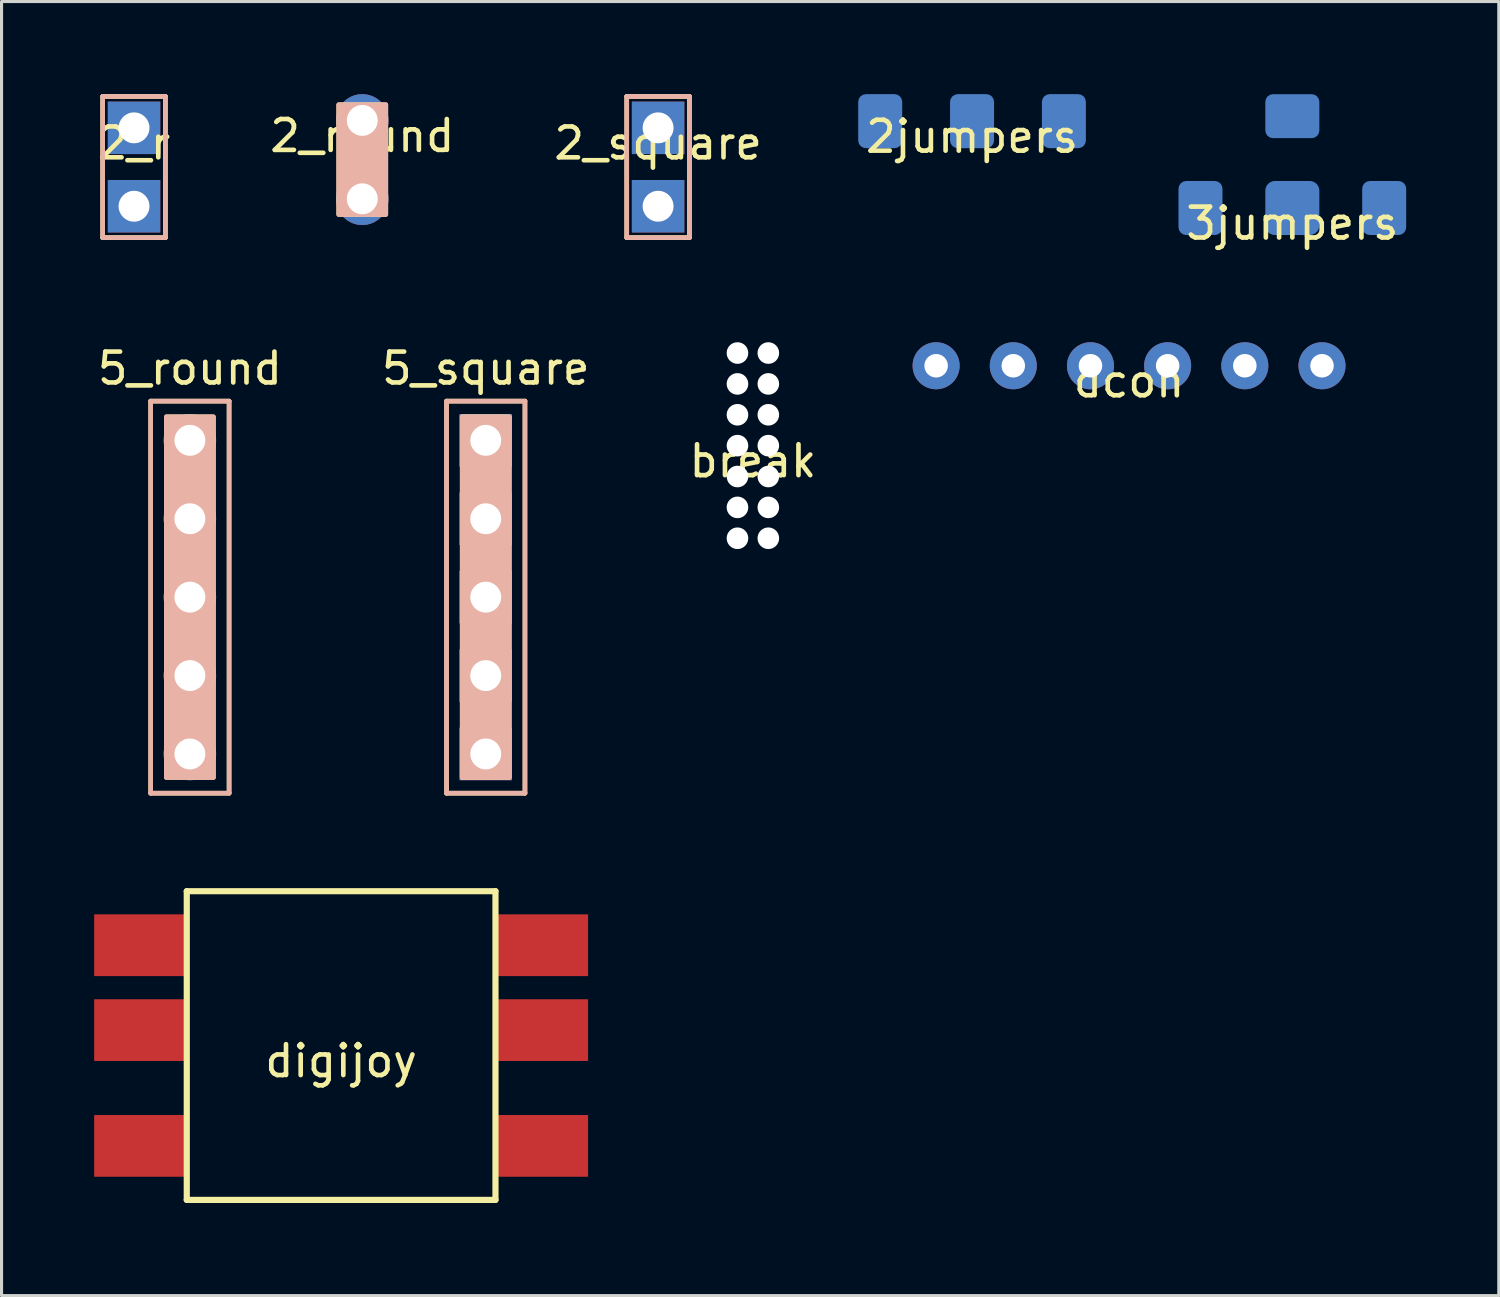
<source format=kicad_pcb>
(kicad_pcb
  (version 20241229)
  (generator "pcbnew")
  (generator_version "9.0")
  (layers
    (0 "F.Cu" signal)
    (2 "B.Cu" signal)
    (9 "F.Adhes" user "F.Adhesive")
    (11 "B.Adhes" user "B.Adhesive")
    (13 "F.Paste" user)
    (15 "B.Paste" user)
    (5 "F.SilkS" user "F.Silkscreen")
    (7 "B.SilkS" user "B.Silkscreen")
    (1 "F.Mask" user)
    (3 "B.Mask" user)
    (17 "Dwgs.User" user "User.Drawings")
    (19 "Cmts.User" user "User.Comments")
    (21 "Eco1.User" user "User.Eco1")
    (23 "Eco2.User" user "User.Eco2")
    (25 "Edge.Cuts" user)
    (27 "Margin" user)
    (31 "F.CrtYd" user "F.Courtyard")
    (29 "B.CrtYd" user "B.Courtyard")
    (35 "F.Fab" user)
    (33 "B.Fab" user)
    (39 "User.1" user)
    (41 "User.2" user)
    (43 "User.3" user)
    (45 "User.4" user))
  (footprint "dcon"
    (layer "F.Cu")
    (at 33.524 8.798)
    (property "Reference" "dcon" (at 0 0.5 0) (layer "F.SilkS") (effects (font (size 1 1) (thickness 0.15))))
    (attr through_hole)
    (pad "1" thru_hole circle (at -6.25 0) (size 1.524 1.524) (drill 0.762) (layers "*.Cu" "*.Mask"))
    (pad "2" thru_hole circle (at -3.75 0) (size 1.524 1.524) (drill 0.762) (layers "*.Cu" "*.Mask"))
    (pad "3" thru_hole circle (at -1.25 0) (size 1.524 1.524) (drill 0.762) (layers "*.Cu" "*.Mask"))
    (pad "4" thru_hole circle (at 1.25 0) (size 1.524 1.524) (drill 0.762) (layers "*.Cu" "*.Mask"))
    (pad "5" thru_hole circle (at 3.75 0) (size 1.524 1.524) (drill 0.762) (layers "*.Cu" "*.Mask"))
    (pad "6" thru_hole circle (at 6.25 0) (size 1.524 1.524) (drill 0.762) (layers "*.Cu" "*.Mask")))
  (footprint "2jumpers"
    (layer "F.Cu")
    (at 28.438 0.875)
    (property "Reference" "2jumpers" (at 0 0.5 0) (layer "F.SilkS") (effects (font (size 1 1) (thickness 0.15))))
    (attr through_hole)
    (pad "1" smd roundrect (at -2.975 0) (size 1.425 1.75) (layers "B.Cu" "B.Mask" "B.Paste") (roundrect_rratio 0.175))
    (pad "2" smd roundrect (at 2.975 0) (size 1.425 1.75) (layers "B.Cu" "B.Mask" "B.Paste") (roundrect_rratio 0.175))
    (pad "3" smd roundrect (at 0 0) (size 1.425 1.75) (layers "B.Cu" "B.Mask" "B.Paste") (roundrect_rratio 0.175)))
  (footprint "2_round"
    (layer "F.Cu")
    (at 8.685 0.85)
    (property "Reference" "2_round" (at 0 0.5 0) (layer "F.SilkS") (effects (font (size 1 1) (thickness 0.15))))
    (attr through_hole)
    (fp_poly (pts (xy -0.762 -0.508) (xy 0.762 -0.508) (xy 0.762 3.048) (xy -0.762 3.048)) (stroke (width 0.15) (type solid)) (fill yes) (layer "F.SilkS"))
    (fp_poly (pts (xy -0.762 -0.508) (xy 0.762 -0.508) (xy 0.762 3.048) (xy -0.762 3.048)) (stroke (width 0.15) (type solid)) (fill yes) (layer "B.SilkS"))
    (pad "1" thru_hole circle (at 0 0) (size 1.7 1.7) (drill 1) (layers "*.Cu" "*.Mask"))
    (pad "2" thru_hole circle (at 0 2.54) (size 1.7 1.7) (drill 1) (layers "*.Cu" "*.Mask")))
  (footprint "5_square"
    (layer "F.Cu")
    (at 12.685 11.214)
    (property "Reference" "5_square" (at 0 -2.33 0) (layer "F.SilkS") (effects (font (size 1 1) (thickness 0.15))))
    (attr through_hole)
    (fp_line (start -1.27 -1.27) (end 1.27 -1.27) (stroke (width 0.15) (type solid)) (layer "F.SilkS"))
    (fp_line (start -1.27 11.43) (end -1.27 -1.27) (stroke (width 0.15) (type solid)) (layer "F.SilkS"))
    (fp_line (start 1.27 -1.27) (end 1.27 11.43) (stroke (width 0.15) (type solid)) (layer "F.SilkS"))
    (fp_line (start 1.27 11.43) (end -1.27 11.43) (stroke (width 0.15) (type solid)) (layer "F.SilkS"))
    (fp_poly (pts (xy -0.762 -0.762) (xy 0.762 -0.762) (xy 0.762 10.922) (xy -0.762 10.922)) (stroke (width 0.15) (type solid)) (fill yes) (layer "F.SilkS"))
    (fp_line (start -1.27 -1.27) (end -1.27 11.43) (stroke (width 0.15) (type solid)) (layer "B.SilkS"))
    (fp_line (start -1.27 11.43) (end 1.27 11.43) (stroke (width 0.15) (type solid)) (layer "B.SilkS"))
    (fp_line (start 1.27 -1.27) (end -1.27 -1.27) (stroke (width 0.15) (type solid)) (layer "B.SilkS"))
    (fp_line (start 1.27 11.43) (end 1.27 -1.27) (stroke (width 0.15) (type solid)) (layer "B.SilkS"))
    (fp_poly (pts (xy -0.762 10.922) (xy 0.762 10.922) (xy 0.762 -0.762) (xy -0.762 -0.762)) (stroke (width 0.15) (type solid)) (fill yes) (layer "B.SilkS"))
    (pad "1" thru_hole rect (at 0 0) (size 1.7 1.7) (drill 1) (layers "*.Cu" "*.Mask"))
    (pad "2" thru_hole rect (at 0 2.54) (size 1.7 1.7) (drill 1) (layers "*.Cu" "*.Mask"))
    (pad "3" thru_hole rect (at 0 5.08) (size 1.7 1.7) (drill 1) (layers "*.Cu" "*.Mask"))
    (pad "4" thru_hole rect (at 0 7.62) (size 1.7 1.7) (drill 1) (layers "*.Cu" "*.Mask"))
    (pad "5" thru_hole rect (at 0 10.16) (size 1.7 1.7) (drill 1) (layers "*.Cu" "*.Mask")))
  (footprint "2_square"
    (layer "F.Cu")
    (at 18.268 1.091)
    (property "Reference" "2_square" (at 0 0.5 0) (layer "F.SilkS") (effects (font (size 1 1) (thickness 0.15))))
    (attr through_hole)
    (fp_line (start -1.016 -1.016) (end 1.016 -1.016) (stroke (width 0.15) (type solid)) (layer "F.SilkS"))
    (fp_line (start -1.016 3.556) (end -1.016 -1.016) (stroke (width 0.15) (type solid)) (layer "F.SilkS"))
    (fp_line (start 1.016 -1.016) (end 1.016 3.556) (stroke (width 0.15) (type solid)) (layer "F.SilkS"))
    (fp_line (start 1.016 3.556) (end -1.016 3.556) (stroke (width 0.15) (type solid)) (layer "F.SilkS"))
    (fp_line (start -1.016 -1.016) (end 1.016 -1.016) (stroke (width 0.15) (type solid)) (layer "B.SilkS"))
    (fp_line (start -1.016 3.556) (end -1.016 -1.016) (stroke (width 0.15) (type solid)) (layer "B.SilkS"))
    (fp_line (start 1.016 -1.016) (end 1.016 3.556) (stroke (width 0.15) (type solid)) (layer "B.SilkS"))
    (fp_line (start 1.016 3.556) (end -1.016 3.556) (stroke (width 0.15) (type solid)) (layer "B.SilkS"))
    (pad "1" thru_hole rect (at 0 0) (size 1.7 1.7) (drill 1) (layers "*.Cu" "*.Mask"))
    (pad "2" thru_hole rect (at 0 2.54) (size 1.7 1.7) (drill 1) (layers "*.Cu" "*.Mask")))
  (footprint "break"
    (layer "F.Cu")
    (at 21.339 11.386)
    (property "Reference" "break" (at 0 0.5 0) (layer "F.SilkS") (effects (font (size 1 1) (thickness 0.15))))
    (attr through_hole)
    (pad "" np_thru_hole circle (at -0.5 -3) (size 0.7 0.7) (drill 0.7) (layers "*.Cu" "*.Mask"))
    (pad "" np_thru_hole circle (at -0.5 -2) (size 0.7 0.7) (drill 0.7) (layers "*.Cu" "*.Mask"))
    (pad "" np_thru_hole circle (at -0.5 -1) (size 0.7 0.7) (drill 0.7) (layers "*.Cu" "*.Mask"))
    (pad "" np_thru_hole circle (at -0.5 0) (size 0.7 0.7) (drill 0.7) (layers "*.Cu" "*.Mask"))
    (pad "" np_thru_hole circle (at -0.5 1) (size 0.7 0.7) (drill 0.7) (layers "*.Cu" "*.Mask"))
    (pad "" np_thru_hole circle (at -0.5 2) (size 0.7 0.7) (drill 0.7) (layers "*.Cu" "*.Mask"))
    (pad "" np_thru_hole circle (at -0.5 3) (size 0.7 0.7) (drill 0.7) (layers "*.Cu" "*.Mask"))
    (pad "" np_thru_hole circle (at 0.5 -3) (size 0.7 0.7) (drill 0.7) (layers "*.Cu" "*.Mask"))
    (pad "" np_thru_hole circle (at 0.5 -2) (size 0.7 0.7) (drill 0.7) (layers "*.Cu" "*.Mask"))
    (pad "" np_thru_hole circle (at 0.5 -1) (size 0.7 0.7) (drill 0.7) (layers "*.Cu" "*.Mask"))
    (pad "" np_thru_hole circle (at 0.5 0) (size 0.7 0.7) (drill 0.7) (layers "*.Cu" "*.Mask"))
    (pad "" np_thru_hole circle (at 0.5 1) (size 0.7 0.7) (drill 0.7) (layers "*.Cu" "*.Mask"))
    (pad "" np_thru_hole circle (at 0.5 2) (size 0.7 0.7) (drill 0.7) (layers "*.Cu" "*.Mask"))
    (pad "" np_thru_hole circle (at 0.5 3) (size 0.7 0.7) (drill 0.7) (layers "*.Cu" "*.Mask")))
  (footprint "5_round"
    (layer "F.Cu")
    (at 3.101 11.214)
    (property "Reference" "5_round" (at 0 -2.33 0) (layer "F.SilkS") (effects (font (size 1 1) (thickness 0.15))))
    (attr through_hole)
    (fp_line (start -1.27 -1.27) (end 1.27 -1.27) (stroke (width 0.15) (type solid)) (layer "F.SilkS"))
    (fp_line (start -1.27 11.43) (end -1.27 -1.27) (stroke (width 0.15) (type solid)) (layer "F.SilkS"))
    (fp_line (start 1.27 -1.27) (end 1.27 11.43) (stroke (width 0.15) (type solid)) (layer "F.SilkS"))
    (fp_line (start 1.27 11.43) (end -1.27 11.43) (stroke (width 0.15) (type solid)) (layer "F.SilkS"))
    (fp_poly (pts (xy -0.762 -0.762) (xy 0.762 -0.762) (xy 0.762 10.922) (xy -0.762 10.922)) (stroke (width 0.15) (type solid)) (fill yes) (layer "F.SilkS"))
    (fp_line (start -1.27 -1.27) (end -1.27 11.43) (stroke (width 0.15) (type solid)) (layer "B.SilkS"))
    (fp_line (start -1.27 11.43) (end 1.27 11.43) (stroke (width 0.15) (type solid)) (layer "B.SilkS"))
    (fp_line (start 1.27 -1.27) (end -1.27 -1.27) (stroke (width 0.15) (type solid)) (layer "B.SilkS"))
    (fp_line (start 1.27 11.43) (end 1.27 -1.27) (stroke (width 0.15) (type solid)) (layer "B.SilkS"))
    (fp_poly (pts (xy -0.762 10.922) (xy 0.762 10.922) (xy 0.762 -0.762) (xy -0.762 -0.762)) (stroke (width 0.15) (type solid)) (fill yes) (layer "B.SilkS"))
    (pad "1" thru_hole circle (at 0 0) (size 1.7 1.7) (drill 1) (layers "*.Cu" "*.Mask"))
    (pad "2" thru_hole oval (at 0 2.54) (size 1.7 1.7) (drill 1) (layers "*.Cu" "*.Mask"))
    (pad "3" thru_hole oval (at 0 5.08) (size 1.7 1.7) (drill 1) (layers "*.Cu" "*.Mask"))
    (pad "4" thru_hole oval (at 0 7.62) (size 1.7 1.7) (drill 1) (layers "*.Cu" "*.Mask"))
    (pad "5" thru_hole oval (at 0 10.16) (size 1.7 1.7) (drill 1) (layers "*.Cu" "*.Mask")))
  (footprint "digijoy"
    (layer "F.Cu")
    (at 8 30.819)
    (property "Reference" "digijoy" (at 0 0.5 0) (layer "F.SilkS") (effects (font (size 1 1) (thickness 0.15))))
    (attr through_hole)
    (fp_line (start -5 -5) (end 5 -5) (stroke (width 0.2) (type solid)) (layer "F.SilkS"))
    (fp_line (start -5 5) (end -5 -5) (stroke (width 0.2) (type solid)) (layer "F.SilkS"))
    (fp_line (start 5 -5) (end 5 5) (stroke (width 0.2) (type solid)) (layer "F.SilkS"))
    (fp_line (start 5 5) (end -5 5) (stroke (width 0.2) (type solid)) (layer "F.SilkS"))
    (pad "1" smd rect (at -6.5 -3.25) (size 3 2) (layers "F.Cu" "F.Mask" "F.Paste"))
    (pad "2" smd rect (at -6.5 -0.5) (size 3 2) (layers "F.Cu" "F.Mask" "F.Paste"))
    (pad "3" smd rect (at -6.5 3.25) (size 3 2) (layers "F.Cu" "F.Mask" "F.Paste"))
    (pad "4" smd rect (at 6.5 3.25) (size 3 2) (layers "F.Cu" "F.Mask" "F.Paste"))
    (pad "5" smd rect (at 6.5 -0.5) (size 3 2) (layers "F.Cu" "F.Mask" "F.Paste"))
    (pad "6" smd rect (at 6.5 -3.25) (size 3 2) (layers "F.Cu" "F.Mask" "F.Paste")))
  (footprint "2_r"
    (layer "F.Cu")
    (at 1.292 1.091)
    (property "Reference" "2_r" (at 0 0.5 0) (layer "F.SilkS") (effects (font (size 1 1) (thickness 0.15))))
    (attr through_hole)
    (fp_line (start -1.016 -1.016) (end 1.016 -1.016) (stroke (width 0.15) (type solid)) (layer "F.SilkS"))
    (fp_line (start -1.016 3.556) (end -1.016 -1.016) (stroke (width 0.15) (type solid)) (layer "F.SilkS"))
    (fp_line (start 1.016 -1.016) (end 1.016 3.556) (stroke (width 0.15) (type solid)) (layer "F.SilkS"))
    (fp_line (start 1.016 3.556) (end -1.016 3.556) (stroke (width 0.15) (type solid)) (layer "F.SilkS"))
    (fp_line (start -1.016 -1.016) (end 1.016 -1.016) (stroke (width 0.15) (type solid)) (layer "B.SilkS"))
    (fp_line (start -1.016 3.556) (end -1.016 -1.016) (stroke (width 0.15) (type solid)) (layer "B.SilkS"))
    (fp_line (start 1.016 -1.016) (end 1.016 3.556) (stroke (width 0.15) (type solid)) (layer "B.SilkS"))
    (fp_line (start 1.016 3.556) (end -1.016 3.556) (stroke (width 0.15) (type solid)) (layer "B.SilkS"))
    (pad "1" thru_hole rect (at 0 0) (size 1.7 1.7) (drill 1) (layers "*.Cu" "*.Mask"))
    (pad "2" thru_hole rect (at 0 2.54) (size 1.7 1.7) (drill 1) (layers "*.Cu" "*.Mask")))
  (footprint "3jumpers"
    (layer "F.Cu")
    (at 38.813 3.688)
    (property "Reference" "3jumpers" (at 0 0.5 0) (layer "F.SilkS") (effects (font (size 1 1) (thickness 0.15))))
    (attr through_hole)
    (pad "1" smd roundrect (at -2.975 0) (size 1.425 1.75) (layers "B.Cu" "B.Mask" "B.Paste") (roundrect_rratio 0.175))
    (pad "2" smd roundrect (at 0 -2.975) (size 1.75 1.425) (layers "B.Cu" "B.Mask" "B.Paste") (roundrect_rratio 0.175))
    (pad "3" smd roundrect (at 2.975 0) (size 1.426 1.75) (layers "B.Cu" "B.Mask" "B.Paste") (roundrect_rratio 0.175))
    (pad "4" smd roundrect (at 0 0) (size 1.75 1.75) (layers "B.Cu" "B.Mask" "B.Paste") (roundrect_rratio 0.175)))
  (gr_rect
    (start -3 -3)
    (end 45.501 38.919)
    (stroke (width 0.1) (type default))
    (fill no)
    (layer "Edge.Cuts")))
</source>
